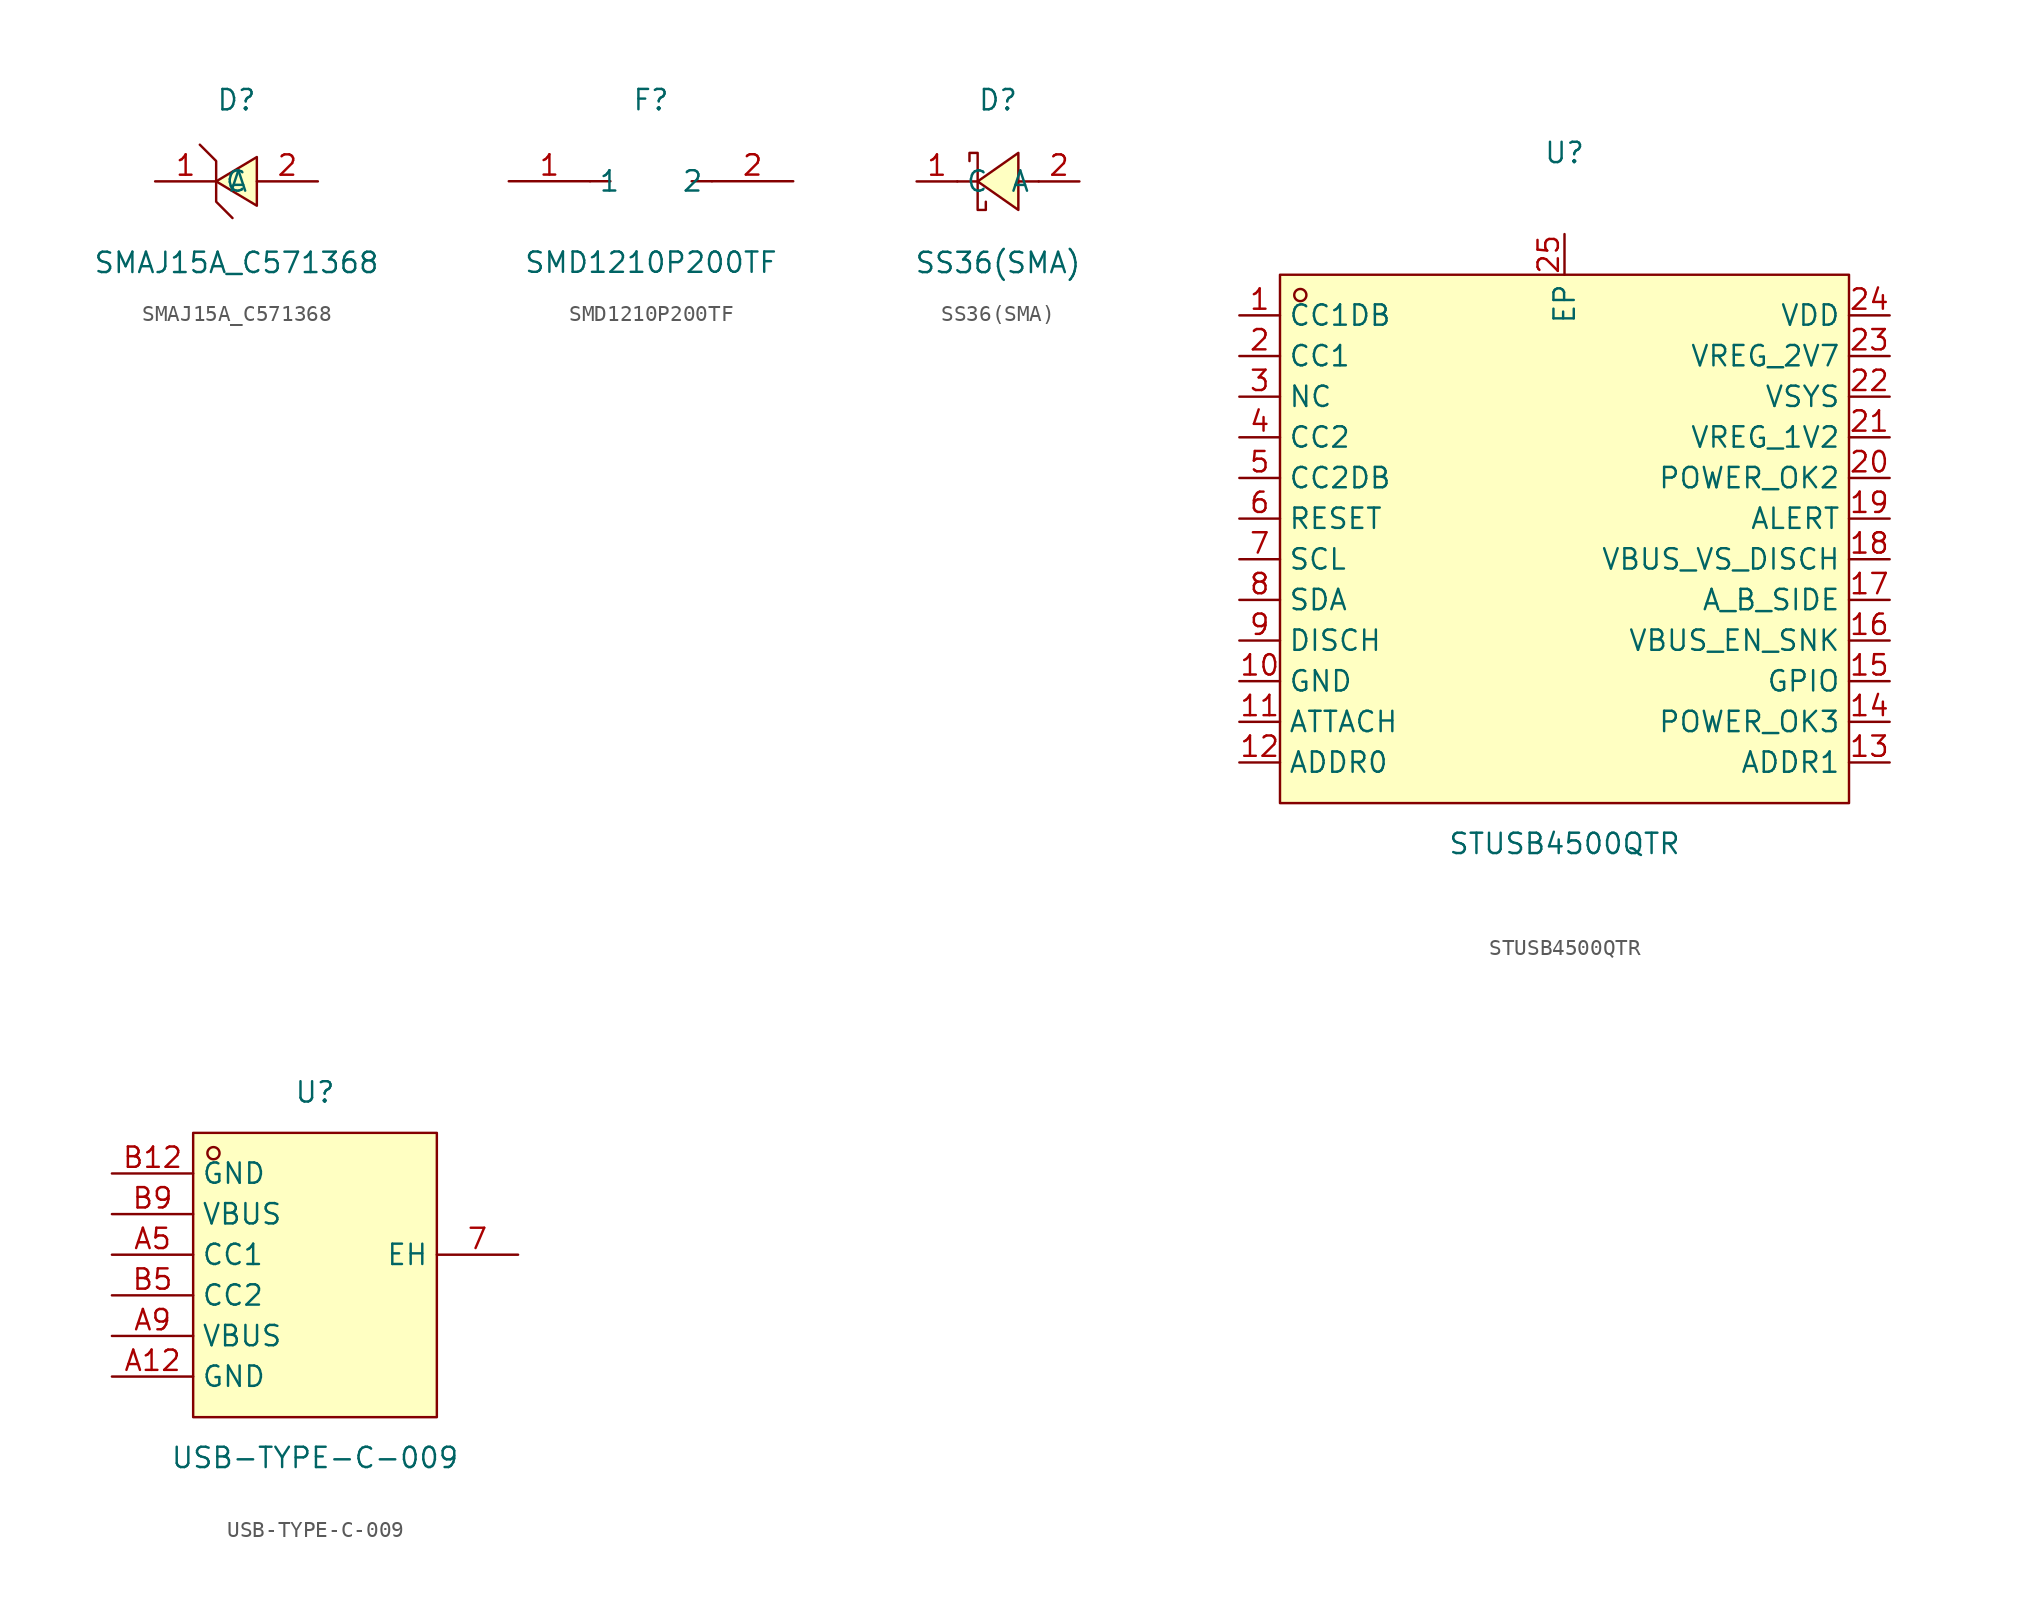
<source format=kicad_sym>
(kicad_symbol_lib
  (version 20231120)
  (generator "kicad_symbol_editor")
  (generator_version "8.0")
  (symbol "SMAJ15A_C571368"
    (property "Reference" "D"
      (at 0 5.08 0)
      (effects (font (size 1.27 1.27))))
    (property "Value" "SMAJ15A_C571368"
      (at 0 -5.08 0)
      (effects (font (size 1.27 1.27))))
    (symbol "SMAJ15A_C571368_0_1"
      (polyline (pts (xy 1.27 -1.52) (xy -1.27 -0.00) (xy 1.27 1.52) (xy 1.27 -1.52)) (stroke (width 0) (type default) (color 0 0 0 0)) (fill (type background)))
      (polyline (pts (xy -2.29 2.29) (xy -1.27 1.27) (xy -1.27 -1.27) (xy -0.25 -2.29)) (stroke (width 0) (type default) (color 0 0 0 0)) (fill (type none)))
      (pin unspecified line (at 5.08 -0.00 180) (length 3.81) (name "A" (effects (font (size 1.27 1.27)))) (number "2" (effects (font (size 1.27 1.27)))))
      (pin unspecified line (at -5.08 -0.00 0) (length 3.81) (name "C" (effects (font (size 1.27 1.27)))) (number "1" (effects (font (size 1.27 1.27)))))))
  (symbol "SMD1210P200TF"
    (property "Reference" "F"
      (at 0 3.81 0)
      (effects (font (size 1.27 1.27))))
    (property "Value" "SMD1210P200TF"
      (at 0 -6.35 0)
      (effects (font (size 1.27 1.27))))
    (symbol "SMD1210P200TF_0_1"
      (polyline (pts (xy -2.54 -1.27)) (stroke (width 0) (type default) (color 0 0 0 0)) (fill (type background)))
      (polyline (pts (xy -3.81 -1.27) (xy -2.54 -1.27)) (stroke (width 0) (type default) (color 0 0 0 0)) (fill (type none)))
      (polyline (pts (xy 2.54 -1.27) (xy 3.81 -1.27)) (stroke (width 0) (type default) (color 0 0 0 0)) (fill (type none)))
      (pin unspecified line (at -8.89 -1.27 0) (length 5.08) (name "1" (effects (font (size 1.27 1.27)))) (number "1" (effects (font (size 1.27 1.27)))))
      (pin unspecified line (at 8.89 -1.27 180) (length 5.08) (name "2" (effects (font (size 1.27 1.27)))) (number "2" (effects (font (size 1.27 1.27)))))))
  (symbol "SS36(SMA)"
    (property "Reference" "D"
      (at 0 5.08 0)
      (effects (font (size 1.27 1.27))))
    (property "Value" "SS36(SMA)"
      (at 0 -5.08 0)
      (effects (font (size 1.27 1.27))))
    (symbol "SS36(SMA)_0_1"
      (polyline (pts (xy 1.27 1.78) (xy -1.27 -0.00) (xy 1.27 -1.78) (xy 1.27 1.78)) (stroke (width 0) (type default) (color 0 0 0 0)) (fill (type background)))
      (polyline (pts (xy -1.78 1.27) (xy -1.78 1.78) (xy -1.27 1.78) (xy -1.27 -1.78) (xy -0.76 -1.78) (xy -0.76 -1.27)) (stroke (width 0) (type default) (color 0 0 0 0)) (fill (type none)))
      (polyline (pts (xy 2.54 -0.00) (xy 1.27 -0.00)) (stroke (width 0) (type default) (color 0 0 0 0)) (fill (type none)))
      (polyline (pts (xy -1.27 -0.00) (xy -2.54 -0.00)) (stroke (width 0) (type default) (color 0 0 0 0)) (fill (type none)))
      (pin unspecified line (at 5.08 -0.00 180) (length 2.54) (name "A" (effects (font (size 1.27 1.27)))) (number "2" (effects (font (size 1.27 1.27)))))
      (pin unspecified line (at -5.08 -0.00 0) (length 2.54) (name "C" (effects (font (size 1.27 1.27)))) (number "1" (effects (font (size 1.27 1.27)))))))
  (symbol "STUSB4500QTR"
    (property "Reference" "U"
      (at 0 24.13 0)
      (effects (font (size 1.27 1.27))))
    (property "Value" "STUSB4500QTR"
      (at 0 -19.05 0)
      (effects (font (size 1.27 1.27))))
    (symbol "STUSB4500QTR_0_1"
      (rectangle (start -17.78 16.51) (end 17.78 -16.51) (stroke (width 0) (type default) (color 0 0 0 0)) (fill (type background)))
      (circle (center -16.51 15.24) (radius 0.38) (stroke (width 0) (type default) (color 0 0 0 0)) (fill (type none)))
      (pin unspecified line (at -20.32 13.97 0) (length 2.54) (name "CC1DB" (effects (font (size 1.27 1.27)))) (number "1" (effects (font (size 1.27 1.27)))))
      (pin unspecified line (at -20.32 11.43 0) (length 2.54) (name "CC1" (effects (font (size 1.27 1.27)))) (number "2" (effects (font (size 1.27 1.27)))))
      (pin unspecified line (at -20.32 8.89 0) (length 2.54) (name "NC" (effects (font (size 1.27 1.27)))) (number "3" (effects (font (size 1.27 1.27)))))
      (pin unspecified line (at -20.32 6.35 0) (length 2.54) (name "CC2" (effects (font (size 1.27 1.27)))) (number "4" (effects (font (size 1.27 1.27)))))
      (pin unspecified line (at -20.32 3.81 0) (length 2.54) (name "CC2DB" (effects (font (size 1.27 1.27)))) (number "5" (effects (font (size 1.27 1.27)))))
      (pin unspecified line (at -20.32 1.27 0) (length 2.54) (name "RESET" (effects (font (size 1.27 1.27)))) (number "6" (effects (font (size 1.27 1.27)))))
      (pin unspecified line (at -20.32 -1.27 0) (length 2.54) (name "SCL" (effects (font (size 1.27 1.27)))) (number "7" (effects (font (size 1.27 1.27)))))
      (pin unspecified line (at -20.32 -3.81 0) (length 2.54) (name "SDA" (effects (font (size 1.27 1.27)))) (number "8" (effects (font (size 1.27 1.27)))))
      (pin unspecified line (at -20.32 -6.35 0) (length 2.54) (name "DISCH" (effects (font (size 1.27 1.27)))) (number "9" (effects (font (size 1.27 1.27)))))
      (pin unspecified line (at -20.32 -8.89 0) (length 2.54) (name "GND" (effects (font (size 1.27 1.27)))) (number "10" (effects (font (size 1.27 1.27)))))
      (pin unspecified line (at -20.32 -11.43 0) (length 2.54) (name "ATTACH" (effects (font (size 1.27 1.27)))) (number "11" (effects (font (size 1.27 1.27)))))
      (pin unspecified line (at -20.32 -13.97 0) (length 2.54) (name "ADDR0" (effects (font (size 1.27 1.27)))) (number "12" (effects (font (size 1.27 1.27)))))
      (pin unspecified line (at 20.32 -13.97 180) (length 2.54) (name "ADDR1" (effects (font (size 1.27 1.27)))) (number "13" (effects (font (size 1.27 1.27)))))
      (pin unspecified line (at 20.32 -11.43 180) (length 2.54) (name "POWER_OK3" (effects (font (size 1.27 1.27)))) (number "14" (effects (font (size 1.27 1.27)))))
      (pin unspecified line (at 20.32 -8.89 180) (length 2.54) (name "GPIO" (effects (font (size 1.27 1.27)))) (number "15" (effects (font (size 1.27 1.27)))))
      (pin unspecified line (at 20.32 -6.35 180) (length 2.54) (name "VBUS_EN_SNK" (effects (font (size 1.27 1.27)))) (number "16" (effects (font (size 1.27 1.27)))))
      (pin unspecified line (at 20.32 -3.81 180) (length 2.54) (name "A_B_SIDE" (effects (font (size 1.27 1.27)))) (number "17" (effects (font (size 1.27 1.27)))))
      (pin unspecified line (at 20.32 -1.27 180) (length 2.54) (name "VBUS_VS_DISCH" (effects (font (size 1.27 1.27)))) (number "18" (effects (font (size 1.27 1.27)))))
      (pin unspecified line (at 20.32 1.27 180) (length 2.54) (name "ALERT" (effects (font (size 1.27 1.27)))) (number "19" (effects (font (size 1.27 1.27)))))
      (pin unspecified line (at 20.32 3.81 180) (length 2.54) (name "POWER_OK2" (effects (font (size 1.27 1.27)))) (number "20" (effects (font (size 1.27 1.27)))))
      (pin unspecified line (at 20.32 6.35 180) (length 2.54) (name "VREG_1V2" (effects (font (size 1.27 1.27)))) (number "21" (effects (font (size 1.27 1.27)))))
      (pin unspecified line (at 20.32 8.89 180) (length 2.54) (name "VSYS" (effects (font (size 1.27 1.27)))) (number "22" (effects (font (size 1.27 1.27)))))
      (pin unspecified line (at 20.32 11.43 180) (length 2.54) (name "VREG_2V7" (effects (font (size 1.27 1.27)))) (number "23" (effects (font (size 1.27 1.27)))))
      (pin unspecified line (at 20.32 13.97 180) (length 2.54) (name "VDD" (effects (font (size 1.27 1.27)))) (number "24" (effects (font (size 1.27 1.27)))))
      (pin unspecified line (at 0.00 19.05 270) (length 2.54) (name "EP" (effects (font (size 1.27 1.27)))) (number "25" (effects (font (size 1.27 1.27)))))))
  (symbol "USB-TYPE-C-009"
    (property "Reference" "U"
      (at 0 12.70 0)
      (effects (font (size 1.27 1.27))))
    (property "Value" "USB-TYPE-C-009"
      (at 0 -10.16 0)
      (effects (font (size 1.27 1.27))))
    (symbol "USB-TYPE-C-009_0_1"
      (rectangle (start -7.62 10.16) (end 7.62 -7.62) (stroke (width 0) (type default) (color 0 0 0 0)) (fill (type background)))
      (circle (center -6.35 8.89) (radius 0.38) (stroke (width 0) (type default) (color 0 0 0 0)) (fill (type none)))
      (pin unspecified line (at 12.70 2.54 180) (length 5.08) (name "EH" (effects (font (size 1.27 1.27)))) (number "7" (effects (font (size 1.27 1.27)))))
      (pin unspecified line (at -12.70 -5.08 0) (length 5.08) (name "GND" (effects (font (size 1.27 1.27)))) (number "A12" (effects (font (size 1.27 1.27)))))
      (pin unspecified line (at -12.70 -2.54 0) (length 5.08) (name "VBUS" (effects (font (size 1.27 1.27)))) (number "A9" (effects (font (size 1.27 1.27)))))
      (pin unspecified line (at -12.70 2.54 0) (length 5.08) (name "CC1" (effects (font (size 1.27 1.27)))) (number "A5" (effects (font (size 1.27 1.27)))))
      (pin unspecified line (at -12.70 -0.00 0) (length 5.08) (name "CC2" (effects (font (size 1.27 1.27)))) (number "B5" (effects (font (size 1.27 1.27)))))
      (pin unspecified line (at -12.70 5.08 0) (length 5.08) (name "VBUS" (effects (font (size 1.27 1.27)))) (number "B9" (effects (font (size 1.27 1.27)))))
      (pin unspecified line (at -12.70 7.62 0) (length 5.08) (name "GND" (effects (font (size 1.27 1.27)))) (number "B12" (effects (font (size 1.27 1.27))))))))
</source>
